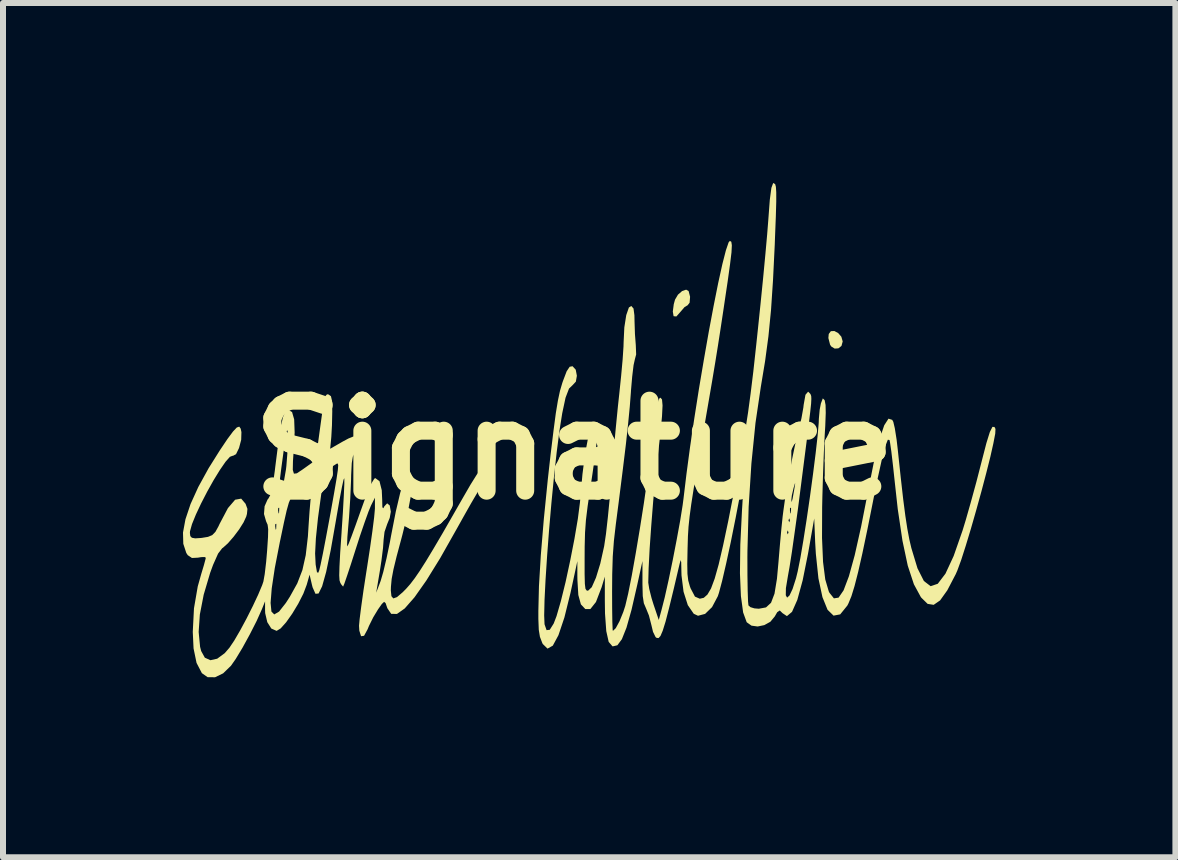
<source format=kicad_pcb>
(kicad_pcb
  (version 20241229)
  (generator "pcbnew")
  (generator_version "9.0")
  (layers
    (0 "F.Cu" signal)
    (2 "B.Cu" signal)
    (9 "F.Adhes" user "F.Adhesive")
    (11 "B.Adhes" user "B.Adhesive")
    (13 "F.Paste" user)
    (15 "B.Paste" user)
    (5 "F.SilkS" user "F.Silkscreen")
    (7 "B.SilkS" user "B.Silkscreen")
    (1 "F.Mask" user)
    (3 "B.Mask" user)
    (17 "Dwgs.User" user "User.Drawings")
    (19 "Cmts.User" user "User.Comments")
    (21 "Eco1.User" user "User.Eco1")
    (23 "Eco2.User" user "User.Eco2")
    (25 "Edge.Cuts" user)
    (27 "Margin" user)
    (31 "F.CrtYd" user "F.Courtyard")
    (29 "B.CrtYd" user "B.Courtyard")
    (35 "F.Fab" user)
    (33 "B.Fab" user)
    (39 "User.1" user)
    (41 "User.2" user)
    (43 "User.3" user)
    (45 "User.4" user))
  (footprint "Signature"
    (layer "F.Cu")
    (at 6.525 4.45)
    (property "Reference" "Signature" (at 0 0 0) (layer "F.SilkS") (effects (font (size 1.5 1.5) (thickness 0.3))))
    (attr board_only exclude_from_pos_files exclude_from_bom)
    (fp_poly (pts (xy 4.395 -1.949) (xy 4.448 -1.888) (xy 4.47 -1.811) (xy 4.47 -1.807) (xy 4.45 -1.734) (xy 4.399 -1.694) (xy 4.337 -1.69) (xy 4.279 -1.726) (xy 4.26 -1.756) (xy 4.232 -1.866) (xy 4.238 -1.933) (xy 4.273 -1.98) (xy 4.331 -1.983)) (stroke (width 0) (type solid)) (fill yes) (layer "F.SilkS"))
    (fp_poly (pts (xy 1.902 -2.65) (xy 1.927 -2.554) (xy 1.919 -2.455) (xy 1.886 -2.412) (xy 1.835 -2.382) (xy 1.775 -2.312) (xy 1.698 -2.225) (xy 1.652 -2.23) (xy 1.639 -2.307) (xy 1.655 -2.43) (xy 1.676 -2.506) (xy 1.725 -2.589) (xy 1.794 -2.649) (xy 1.861 -2.672)) (stroke (width 0) (type solid)) (fill yes) (layer "F.SilkS"))
    (fp_poly (pts (xy -4.099 -0.925) (xy -4.059 -0.896) (xy -4.041 -0.818) (xy -4.037 -0.65) (xy -4.037 -0.637) (xy -4.042 -0.413) (xy -4.053 -0.216) (xy -4.055 -0.194) (xy -4.072 -0.02) (xy -3.863 -0.14) (xy -3.768 -0.191) (xy -3.69 -0.223) (xy -3.643 -0.232) (xy -3.635 -0.227) (xy -3.615 -0.132) (xy -3.629 -0.017) (xy -3.665 0.056) (xy -3.694 0.11) (xy -3.712 0.218) (xy -3.722 0.416) (xy -3.724 0.506) (xy -3.737 0.804) (xy -3.757 1.116) (xy -3.769 1.257) (xy -3.785 1.45) (xy -3.79 1.577) (xy -3.786 1.608) (xy -3.764 1.563) (xy -3.716 1.439) (xy -3.649 1.256) (xy -3.572 1.039) (xy -3.469 0.752) (xy -3.391 0.568) (xy -3.337 0.479) (xy -3.319 0.469) (xy -3.25 0.52) (xy -3.212 0.671) (xy -3.205 0.826) (xy -3.202 0.955) (xy -3.186 0.972) (xy -3.169 0.939) (xy -3.122 0.889) (xy -3.079 0.925) (xy -3.061 1.029) (xy -3.079 1.131) (xy -3.121 1.234) (xy -3.166 1.365) (xy -3.181 1.493) (xy -3.191 1.633) (xy -3.217 1.841) (xy -3.243 2.011) (xy -3.305 2.379) (xy -3.231 2.184) (xy -3.187 2.034) (xy -3.132 1.803) (xy -3.076 1.534) (xy -3.058 1.435) (xy -2.978 1.026) (xy -2.904 0.712) (xy -2.839 0.502) (xy -2.785 0.407) (xy -2.772 0.402) (xy -2.725 0.447) (xy -2.712 0.578) (xy -2.731 0.787) (xy -2.783 1.065) (xy -2.866 1.405) (xy -2.887 1.485) (xy -2.965 1.776) (xy -3.017 1.99) (xy -3.047 2.149) (xy -3.059 2.279) (xy -3.061 2.341) (xy -3.051 2.437) (xy -3.019 2.474) (xy -2.958 2.452) (xy -2.863 2.371) (xy -2.802 2.309) (xy -2.737 2.235) (xy -2.663 2.138) (xy -2.577 2.013) (xy -2.474 1.851) (xy -2.349 1.644) (xy -2.196 1.384) (xy -2.012 1.063) (xy -1.87 0.815) (xy -1.733 0.578) (xy -1.63 0.413) (xy -1.556 0.315) (xy -1.505 0.275) (xy -1.473 0.29) (xy -1.459 0.33) (xy -1.464 0.417) (xy -1.493 0.522) (xy -1.532 0.595) (xy -1.547 0.603) (xy -1.574 0.638) (xy -1.634 0.737) (xy -1.722 0.887) (xy -1.83 1.078) (xy -1.953 1.298) (xy -1.975 1.337) (xy -2.239 1.804) (xy -2.47 2.177) (xy -2.666 2.455) (xy -2.829 2.641) (xy -2.959 2.733) (xy -3.055 2.731) (xy -3.119 2.637) (xy -3.122 2.628) (xy -3.148 2.552) (xy -3.173 2.531) (xy -3.211 2.567) (xy -3.275 2.658) (xy -3.354 2.789) (xy -3.425 2.932) (xy -3.448 2.988) (xy -3.507 3.097) (xy -3.557 3.104) (xy -3.586 3.012) (xy -3.591 2.93) (xy -3.581 2.82) (xy -3.555 2.615) (xy -3.517 2.343) (xy -3.469 2.031) (xy -3.458 1.962) (xy -3.409 1.642) (xy -3.368 1.352) (xy -3.339 1.122) (xy -3.326 0.979) (xy -3.326 0.964) (xy -3.326 0.795) (xy -3.392 0.927) (xy -3.434 1.029) (xy -3.498 1.207) (xy -3.576 1.435) (xy -3.651 1.668) (xy -3.726 1.903) (xy -3.79 2.096) (xy -3.835 2.227) (xy -3.856 2.277) (xy -3.856 2.277) (xy -3.884 2.245) (xy -3.902 2.216) (xy -3.916 2.173) (xy -3.921 2.09) (xy -3.917 1.944) (xy -3.905 1.714) (xy -3.882 1.376) (xy -3.881 1.355) (xy -3.86 1.038) (xy -3.845 0.766) (xy -3.836 0.567) (xy -3.836 0.471) (xy -3.836 0.47) (xy -3.849 0.495) (xy -3.877 0.623) (xy -3.917 0.835) (xy -3.965 1.11) (xy -3.977 1.181) (xy -4.063 1.67) (xy -4.139 2.033) (xy -4.206 2.272) (xy -4.265 2.392) (xy -4.317 2.397) (xy -4.365 2.289) (xy -4.376 2.246) (xy -4.415 2.078) (xy -4.463 2.247) (xy -4.519 2.395) (xy -4.604 2.562) (xy -4.704 2.728) (xy -4.806 2.872) (xy -4.897 2.974) (xy -4.964 3.015) (xy -4.965 3.015) (xy -5.053 2.976) (xy -5.12 2.87) (xy -5.155 2.72) (xy -5.157 2.665) (xy -5.157 2.549) (xy -5.065 2.549) (xy -5.051 2.693) (xy -5.004 2.741) (xy -4.924 2.694) (xy -4.811 2.55) (xy -4.744 2.446) (xy -4.62 2.223) (xy -4.535 2.002) (xy -4.479 1.752) (xy -4.476 1.725) (xy -4.323 1.725) (xy -4.314 1.907) (xy -4.313 1.915) (xy -4.292 2.037) (xy -4.271 2.047) (xy -4.254 2.005) (xy -4.232 1.913) (xy -4.193 1.725) (xy -4.143 1.465) (xy -4.086 1.159) (xy -4.066 1.051) (xy -4.006 0.716) (xy -3.966 0.482) (xy -3.944 0.334) (xy -3.938 0.254) (xy -3.946 0.225) (xy -3.966 0.23) (xy -3.971 0.233) (xy -4.042 0.279) (xy -4.098 0.312) (xy -4.143 0.362) (xy -4.178 0.475) (xy -4.214 0.684) (xy -4.215 0.694) (xy -4.275 1.133) (xy -4.31 1.472) (xy -4.323 1.725) (xy -4.476 1.725) (xy -4.443 1.44) (xy -4.433 1.278) (xy -4.416 1.027) (xy -4.397 0.805) (xy -4.385 0.696) (xy -4.371 0.575) (xy -4.385 0.539) (xy -4.434 0.56) (xy -4.501 0.603) (xy -4.588 0.667) (xy -4.634 0.703) (xy -4.687 0.749) (xy -4.727 0.8) (xy -4.761 0.88) (xy -4.797 1.008) (xy -4.842 1.207) (xy -4.903 1.499) (xy -4.91 1.531) (xy -4.995 1.968) (xy -5.046 2.307) (xy -5.065 2.549) (xy -5.157 2.549) (xy -5.157 2.523) (xy -5.211 2.657) (xy -5.298 2.851) (xy -5.411 3.073) (xy -5.532 3.294) (xy -5.646 3.483) (xy -5.725 3.596) (xy -5.856 3.723) (xy -5.99 3.788) (xy -6.114 3.787) (xy -6.21 3.72) (xy -6.299 3.549) (xy -6.349 3.307) (xy -6.362 3.032) (xy -6.342 2.639) (xy -6.279 2.274) (xy -6.22 2.064) (xy -6.176 1.918) (xy -6.149 1.817) (xy -6.145 1.795) (xy -6.167 1.784) (xy -6.223 1.786) (xy -6.277 1.795) (xy -6.376 1.8) (xy -6.446 1.753) (xy -6.47 1.716) (xy -6.52 1.564) (xy -6.525 1.376) (xy -6.484 1.155) (xy -6.399 0.901) (xy -6.27 0.617) (xy -6.098 0.304) (xy -5.911 0.006) (xy -5.784 -0.183) (xy -5.691 -0.308) (xy -5.628 -0.375) (xy -5.587 -0.389) (xy -5.563 -0.355) (xy -5.551 -0.298) (xy -5.555 -0.169) (xy -5.591 -0.033) (xy -5.641 0.07) (xy -5.693 0.098) (xy -5.697 0.096) (xy -5.743 0.114) (xy -5.817 0.198) (xy -5.91 0.333) (xy -6.015 0.504) (xy -6.122 0.695) (xy -6.223 0.891) (xy -6.31 1.076) (xy -6.375 1.236) (xy -6.408 1.354) (xy -6.41 1.383) (xy -6.403 1.435) (xy -6.377 1.463) (xy -6.322 1.473) (xy -6.229 1.467) (xy -6.21 1.465) (xy -6.108 1.448) (xy -6.038 1.419) (xy -5.985 1.365) (xy -5.935 1.275) (xy -5.915 1.232) (xy -5.776 0.969) (xy -5.656 0.829) (xy -5.555 0.811) (xy -5.482 0.897) (xy -5.451 0.982) (xy -5.459 1.066) (xy -5.471 1.11) (xy -5.515 1.206) (xy -5.59 1.325) (xy -5.682 1.447) (xy -5.776 1.555) (xy -5.858 1.629) (xy -5.872 1.638) (xy -5.94 1.727) (xy -6.024 1.916) (xy -6.072 2.047) (xy -6.18 2.412) (xy -6.244 2.742) (xy -6.264 3.033) (xy -6.24 3.281) (xy -6.222 3.351) (xy -6.161 3.462) (xy -6.068 3.504) (xy -5.955 3.479) (xy -5.83 3.387) (xy -5.751 3.296) (xy -5.671 3.177) (xy -5.572 3.007) (xy -5.465 2.808) (xy -5.361 2.601) (xy -5.271 2.409) (xy -5.205 2.252) (xy -5.185 2.193) (xy -5.163 2.07) (xy -5.139 1.866) (xy -5.123 1.679) (xy -5.108 1.454) (xy -5.105 1.322) (xy -5.111 1.273) (xy -4.988 1.273) (xy -4.98 1.329) (xy -4.972 1.318) (xy -4.969 1.238) (xy -4.972 1.229) (xy -4.987 1.238) (xy -4.988 1.273) (xy -5.111 1.273) (xy -5.115 1.245) (xy -5.141 1.186) (xy -5.141 1.185) (xy -5.175 1.067) (xy -5.17 1.005) (xy -4.94 1.005) (xy -4.931 1.06) (xy -4.924 1.05) (xy -4.921 0.97) (xy -4.924 0.961) (xy -4.938 0.97) (xy -4.94 1.005) (xy -5.17 1.005) (xy -5.165 0.938) (xy -5.116 0.827) (xy -5.1 0.807) (xy -5.062 0.736) (xy -5.029 0.592) (xy -5.026 0.566) (xy -4.912 0.566) (xy -4.901 0.597) (xy -4.875 0.591) (xy -4.875 0.591) (xy -4.841 0.511) (xy -4.809 0.326) (xy -4.802 0.268) (xy -4.784 0.036) (xy -4.776 -0.179) (xy -4.777 -0.235) (xy -4.782 -0.322) (xy -4.792 -0.325) (xy -4.811 -0.232) (xy -4.841 -0.029) (xy -4.85 0.035) (xy -4.887 0.307) (xy -4.908 0.477) (xy -4.912 0.566) (xy -5.026 0.566) (xy -4.995 0.349) (xy -4.988 0.289) (xy -4.939 -0.096) (xy -4.898 -0.368) (xy -4.86 -0.543) (xy -4.822 -0.638) (xy -4.779 -0.67) (xy -4.772 -0.67) (xy -4.707 -0.632) (xy -4.672 -0.51) (xy -4.664 -0.292) (xy -4.675 -0.064) (xy -4.692 0.185) (xy -4.695 0.332) (xy -4.676 0.395) (xy -4.628 0.389) (xy -4.543 0.333) (xy -4.506 0.307) (xy -4.313 0.169) (xy -4.237 -0.388) (xy -4.2 -0.655) (xy -4.173 -0.818) (xy -4.149 -0.901) (xy -4.124 -0.928)) (stroke (width 0) (type solid)) (fill yes) (layer "F.SilkS"))
    (fp_poly (pts (xy 3.345 -4.431) (xy 3.357 -4.387) (xy 3.363 -4.296) (xy 3.363 -4.136) (xy 3.356 -3.888) (xy 3.342 -3.533) (xy 3.338 -3.42) (xy 3.309 -2.829) (xy 3.276 -2.334) (xy 3.233 -1.897) (xy 3.177 -1.48) (xy 3.105 -1.046) (xy 3.104 -1.039) (xy 3.017 -0.451) (xy 2.949 0.224) (xy 2.903 0.948) (xy 2.883 1.681) (xy 2.882 1.787) (xy 2.883 2.092) (xy 2.887 2.348) (xy 2.893 2.525) (xy 2.9 2.591) (xy 2.933 2.62) (xy 2.999 2.64) (xy 3.073 2.646) (xy 3.192 2.624) (xy 3.276 2.547) (xy 3.334 2.395) (xy 3.375 2.145) (xy 3.4 1.87) (xy 3.424 1.583) (xy 3.443 1.374) (xy 3.543 1.374) (xy 3.555 1.407) (xy 3.567 1.374) (xy 3.555 1.34) (xy 3.543 1.374) (xy 3.443 1.374) (xy 3.449 1.308) (xy 3.463 1.173) (xy 3.567 1.173) (xy 3.579 1.206) (xy 3.591 1.173) (xy 3.579 1.139) (xy 3.567 1.173) (xy 3.463 1.173) (xy 3.47 1.106) (xy 3.483 1.005) (xy 3.591 1.005) (xy 3.6 1.06) (xy 3.607 1.05) (xy 3.61 0.97) (xy 3.607 0.961) (xy 3.592 0.97) (xy 3.591 1.005) (xy 3.483 1.005) (xy 3.508 0.828) (xy 3.615 0.828) (xy 3.62 0.87) (xy 3.636 0.809) (xy 3.661 0.67) (xy 3.679 0.559) (xy 3.674 0.559) (xy 3.652 0.633) (xy 3.623 0.757) (xy 3.615 0.828) (xy 3.508 0.828) (xy 3.509 0.823) (xy 3.564 0.49) (xy 3.627 0.153) (xy 3.689 -0.144) (xy 3.737 -0.339) (xy 3.783 -0.528) (xy 3.815 -0.708) (xy 3.82 -0.753) (xy 3.85 -0.92) (xy 3.894 -0.972) (xy 3.928 -0.939) (xy 3.939 -0.92) (xy 3.946 -0.896) (xy 3.948 -0.852) (xy 3.944 -0.772) (xy 3.93 -0.64) (xy 3.906 -0.441) (xy 3.871 -0.158) (xy 3.822 0.224) (xy 3.776 0.583) (xy 3.724 0.987) (xy 3.671 1.367) (xy 3.624 1.699) (xy 3.584 1.954) (xy 3.557 2.104) (xy 3.524 2.303) (xy 3.522 2.421) (xy 3.544 2.461) (xy 3.584 2.425) (xy 3.635 2.317) (xy 3.692 2.139) (xy 3.72 2.026) (xy 3.764 1.806) (xy 3.815 1.507) (xy 3.87 1.155) (xy 3.925 0.777) (xy 3.976 0.401) (xy 4.02 0.052) (xy 4.053 -0.242) (xy 4.071 -0.454) (xy 4.073 -0.517) (xy 4.087 -0.672) (xy 4.107 -0.775) (xy 4.139 -0.86) (xy 4.168 -0.832) (xy 4.171 -0.824) (xy 4.185 -0.75) (xy 4.188 -0.619) (xy 4.18 -0.401) (xy 4.171 -0.254) (xy 4.157 0.033) (xy 4.143 0.395) (xy 4.132 0.774) (xy 4.128 0.953) (xy 4.126 1.466) (xy 4.143 1.865) (xy 4.18 2.158) (xy 4.238 2.356) (xy 4.249 2.379) (xy 4.324 2.473) (xy 4.402 2.461) (xy 4.485 2.34) (xy 4.574 2.105) (xy 4.671 1.753) (xy 4.777 1.28) (xy 4.89 0.704) (xy 4.99 0.201) (xy 5.081 -0.171) (xy 5.163 -0.412) (xy 5.234 -0.522) (xy 5.296 -0.502) (xy 5.314 -0.469) (xy 5.339 -0.363) (xy 5.369 -0.173) (xy 5.388 -0.009) (xy 5.438 0.46) (xy 5.479 0.822) (xy 5.515 1.099) (xy 5.548 1.314) (xy 5.581 1.49) (xy 5.615 1.635) (xy 5.717 1.972) (xy 5.824 2.184) (xy 5.936 2.27) (xy 6.055 2.23) (xy 6.183 2.062) (xy 6.32 1.767) (xy 6.468 1.343) (xy 6.522 1.166) (xy 6.606 0.871) (xy 6.699 0.531) (xy 6.781 0.213) (xy 6.791 0.174) (xy 6.866 -0.116) (xy 6.923 -0.299) (xy 6.966 -0.385) (xy 7 -0.384) (xy 7.017 -0.351) (xy 7.013 -0.272) (xy 6.982 -0.111) (xy 6.931 0.116) (xy 6.862 0.39) (xy 6.782 0.693) (xy 6.695 1.007) (xy 6.607 1.314) (xy 6.522 1.595) (xy 6.446 1.832) (xy 6.382 2.007) (xy 6.355 2.069) (xy 6.214 2.339) (xy 6.094 2.507) (xy 5.987 2.581) (xy 5.886 2.565) (xy 5.783 2.464) (xy 5.773 2.452) (xy 5.657 2.238) (xy 5.555 1.928) (xy 5.467 1.514) (xy 5.388 0.984) (xy 5.338 0.53) (xy 5.308 0.253) (xy 5.281 0.023) (xy 5.259 -0.128) (xy 5.251 -0.166) (xy 5.223 -0.171) (xy 5.181 -0.064) (xy 5.123 0.158) (xy 5.048 0.498) (xy 4.986 0.804) (xy 4.884 1.316) (xy 4.799 1.721) (xy 4.728 2.034) (xy 4.668 2.268) (xy 4.616 2.437) (xy 4.567 2.556) (xy 4.548 2.593) (xy 4.429 2.74) (xy 4.318 2.761) (xy 4.218 2.663) (xy 4.133 2.453) (xy 4.066 2.14) (xy 4.023 1.729) (xy 4.012 1.542) (xy 3.996 1.142) (xy 3.893 1.727) (xy 3.803 2.174) (xy 3.714 2.499) (xy 3.626 2.698) (xy 3.541 2.769) (xy 3.468 2.72) (xy 3.422 2.675) (xy 3.379 2.704) (xy 3.338 2.775) (xy 3.265 2.863) (xy 3.164 2.919) (xy 3.053 2.942) (xy 2.95 2.928) (xy 2.873 2.873) (xy 2.869 2.867) (xy 2.811 2.708) (xy 2.774 2.434) (xy 2.758 2.055) (xy 2.764 1.577) (xy 2.792 1.007) (xy 2.798 0.912) (xy 2.813 0.659) (xy 2.817 0.531) (xy 2.807 0.52) (xy 2.784 0.621) (xy 2.768 0.704) (xy 2.686 1.132) (xy 2.605 1.536) (xy 2.528 1.893) (xy 2.461 2.182) (xy 2.408 2.381) (xy 2.389 2.438) (xy 2.293 2.619) (xy 2.177 2.732) (xy 2.059 2.763) (xy 1.988 2.73) (xy 1.889 2.586) (xy 1.818 2.363) (xy 1.784 2.092) (xy 1.782 2.022) (xy 1.779 1.87) (xy 1.77 1.835) (xy 1.752 1.899) (xy 1.654 2.317) (xy 1.577 2.633) (xy 1.518 2.861) (xy 1.471 3.012) (xy 1.434 3.099) (xy 1.402 3.135) (xy 1.37 3.132) (xy 1.352 3.119) (xy 1.309 3.031) (xy 1.282 2.918) (xy 1.241 2.759) (xy 1.194 2.643) (xy 1.156 2.554) (xy 1.138 2.435) (xy 1.133 2.238) (xy 1.133 2.191) (xy 1.133 1.851) (xy 1.046 2.249) (xy 0.951 2.663) (xy 0.867 2.961) (xy 0.79 3.154) (xy 0.715 3.255) (xy 0.639 3.273) (xy 0.632 3.271) (xy 0.57 3.198) (xy 0.53 3.019) (xy 0.509 2.727) (xy 0.506 2.513) (xy 0.506 2.111) (xy 0.452 2.289) (xy 0.358 2.534) (xy 0.265 2.651) (xy 0.181 2.652) (xy 0.107 2.573) (xy 0.064 2.417) (xy 0.049 2.165) (xy 0.048 2.104) (xy 0.048 1.853) (xy -0.066 2.38) (xy -0.168 2.792) (xy -0.267 3.087) (xy -0.361 3.261) (xy -0.449 3.311) (xy -0.529 3.233) (xy -0.539 3.211) (xy -0.576 3.114) (xy -0.595 2.997) (xy -0.602 2.816) (xy -0.602 2.683) (xy -0.592 2.27) (xy -0.561 1.754) (xy -0.511 1.153) (xy -0.444 0.486) (xy -0.397 0.067) (xy -0.349 -0.325) (xy -0.311 -0.613) (xy -0.276 -0.824) (xy -0.242 -0.984) (xy -0.203 -1.117) (xy -0.193 -1.146) (xy -0.13 -1.312) (xy -0.08 -1.387) (xy -0.032 -1.396) (xy 0.021 -1.338) (xy 0.04 -1.237) (xy 0.023 -1.139) (xy -0.027 -1.085) (xy -0.091 -1.023) (xy -0.149 -0.871) (xy -0.204 -0.613) (xy -0.251 -0.317) (xy -0.296 0.034) (xy -0.341 0.44) (xy -0.384 0.879) (xy -0.423 1.327) (xy -0.456 1.763) (xy -0.482 2.161) (xy -0.499 2.5) (xy -0.505 2.757) (xy -0.499 2.905) (xy -0.465 3.003) (xy -0.412 2.997) (xy -0.346 2.892) (xy -0.299 2.769) (xy -0.227 2.52) (xy -0.148 2.2) (xy -0.071 1.842) (xy -0.000457 1.481) (xy 0.056 1.148) (xy 0.091 0.878) (xy 0.097 0.812) (xy 0.133 0.404) (xy 0.178 0.058) (xy 0.228 -0.208) (xy 0.279 -0.378) (xy 0.33 -0.438) (xy 0.347 -0.429) (xy 0.371 -0.381) (xy 0.379 -0.292) (xy 0.371 -0.144) (xy 0.345 0.08) (xy 0.3 0.397) (xy 0.266 0.622) (xy 0.22 0.932) (xy 0.191 1.168) (xy 0.176 1.377) (xy 0.17 1.606) (xy 0.169 1.801) (xy 0.169 2.069) (xy 0.173 2.231) (xy 0.183 2.313) (xy 0.203 2.342) (xy 0.226 2.346) (xy 0.288 2.287) (xy 0.358 2.129) (xy 0.43 1.894) (xy 0.494 1.607) (xy 0.496 1.595) (xy 0.525 1.4) (xy 0.557 1.115) (xy 0.59 0.779) (xy 0.614 0.489) (xy 0.646 0.095) (xy 0.685 -0.331) (xy 0.724 -0.727) (xy 0.747 -0.938) (xy 0.778 -1.237) (xy 0.803 -1.512) (xy 0.817 -1.723) (xy 0.819 -1.796) (xy 0.831 -2.044) (xy 0.863 -2.248) (xy 0.907 -2.375) (xy 0.947 -2.4) (xy 0.984 -2.358) (xy 0.999 -2.245) (xy 1.001 -2.145) (xy 1.008 -1.931) (xy 1.022 -1.748) (xy 1.022 -1.748) (xy 1.028 -1.592) (xy 1.007 -1.513) (xy 0.985 -1.414) (xy 0.962 -1.223) (xy 0.941 -0.981) (xy 0.941 -0.972) (xy 0.922 -0.725) (xy 0.894 -0.437) (xy 0.856 -0.087) (xy 0.804 0.34) (xy 0.738 0.862) (xy 0.689 1.24) (xy 0.657 1.516) (xy 0.638 1.775) (xy 0.629 2.072) (xy 0.627 2.362) (xy 0.628 2.64) (xy 0.631 2.859) (xy 0.636 2.991) (xy 0.64 3.016) (xy 0.688 2.97) (xy 0.751 2.854) (xy 0.814 2.699) (xy 0.847 2.597) (xy 0.895 2.394) (xy 0.955 2.093) (xy 1.021 1.723) (xy 1.09 1.311) (xy 1.157 0.885) (xy 1.216 0.474) (xy 1.264 0.106) (xy 1.266 0.091) (xy 1.311 -0.286) (xy 1.346 -0.552) (xy 1.374 -0.725) (xy 1.398 -0.824) (xy 1.42 -0.866) (xy 1.435 -0.871) (xy 1.459 -0.841) (xy 1.468 -0.743) (xy 1.459 -0.562) (xy 1.433 -0.286) (xy 1.389 0.099) (xy 1.384 0.134) (xy 1.348 0.468) (xy 1.312 0.855) (xy 1.28 1.258) (xy 1.253 1.642) (xy 1.236 1.97) (xy 1.23 2.206) (xy 1.23 2.212) (xy 1.246 2.315) (xy 1.285 2.47) (xy 1.317 2.573) (xy 1.405 2.833) (xy 1.449 2.673) (xy 1.504 2.458) (xy 1.569 2.167) (xy 1.638 1.834) (xy 1.704 1.493) (xy 1.762 1.176) (xy 1.803 0.919) (xy 1.818 0.804) (xy 1.867 0.397) (xy 1.927 -0.053) (xy 1.998 -0.531) (xy 2.075 -1.021) (xy 2.157 -1.507) (xy 2.239 -1.974) (xy 2.32 -2.405) (xy 2.396 -2.785) (xy 2.465 -3.098) (xy 2.524 -3.328) (xy 2.569 -3.46) (xy 2.59 -3.485) (xy 2.614 -3.47) (xy 2.623 -3.412) (xy 2.617 -3.294) (xy 2.593 -3.096) (xy 2.552 -2.801) (xy 2.533 -2.675) (xy 2.48 -2.318) (xy 2.434 -2.014) (xy 2.391 -1.737) (xy 2.346 -1.458) (xy 2.295 -1.152) (xy 2.233 -0.792) (xy 2.157 -0.351) (xy 2.116 -0.113) (xy 2.041 0.317) (xy 1.986 0.65) (xy 1.946 0.906) (xy 1.919 1.108) (xy 1.901 1.278) (xy 1.891 1.437) (xy 1.886 1.609) (xy 1.885 1.641) (xy 1.88 1.9) (xy 1.883 2.065) (xy 1.896 2.175) (xy 1.923 2.271) (xy 1.936 2.307) (xy 2.008 2.444) (xy 2.089 2.479) (xy 2.155 2.464) (xy 2.216 2.41) (xy 2.276 2.308) (xy 2.337 2.144) (xy 2.403 1.909) (xy 2.477 1.591) (xy 2.564 1.179) (xy 2.665 0.662) (xy 2.719 0.382) (xy 2.789 0.006) (xy 2.845 -0.318) (xy 2.893 -0.623) (xy 2.936 -0.942) (xy 2.981 -1.309) (xy 3.03 -1.756) (xy 3.057 -2.011) (xy 3.103 -2.453) (xy 3.146 -2.883) (xy 3.183 -3.274) (xy 3.212 -3.598) (xy 3.23 -3.826) (xy 3.232 -3.854) (xy 3.256 -4.173) (xy 3.282 -4.369) (xy 3.312 -4.45)) (stroke (width 0) (type solid)) (fill yes) (layer "F.SilkS")))
  (gr_rect
    (start -3 -3)
    (end 16.541 11.238)
    (stroke (width 0.1) (type default))
    (fill no)
    (layer "Edge.Cuts")))
</source>
